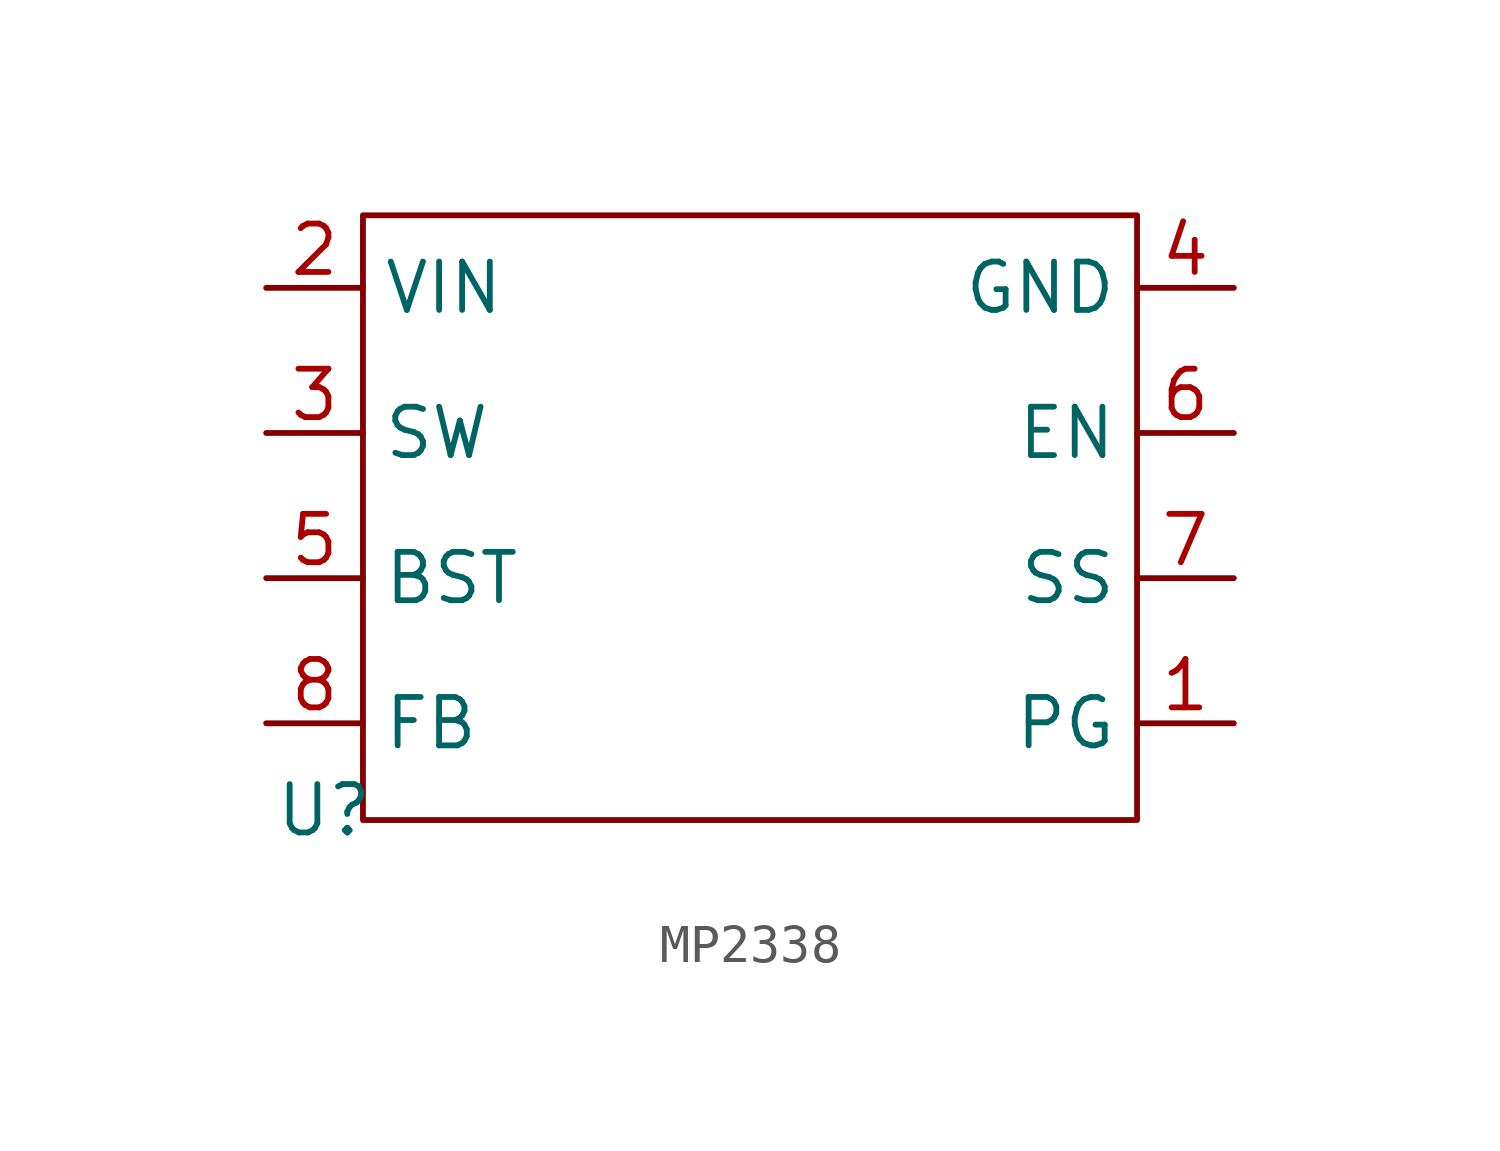
<source format=kicad_sym>
(kicad_symbol_lib
  (version 20241209)
  (generator "kicad_symbol_editor")
  (generator_version "9.0")
  (symbol "MP2338"
    (property "Reference" "U"
      (at -11.176 -6.096 0)
      (effects (font (size 1.27 1.27))))
    (property "Value" ""
      (at 0 0 0)
      (effects (font (size 1.27 1.27))))
    (symbol "MP2338_0_1"
      (rectangle (start -10.16 9.525) (end 10.16 -6.35) (stroke (width 0) (type default)) (fill (type none))))
    (symbol "MP2338_1_1"
      (pin power_in line (at -12.7 7.62 0) (length 2.54) (name "VIN" (effects (font (size 1.27 1.27)))) (number "2" (effects (font (size 1.27 1.27)))))
      (pin passive line (at -12.7 3.81 0) (length 2.54) (name "SW" (effects (font (size 1.27 1.27)))) (number "3" (effects (font (size 1.27 1.27)))))
      (pin passive line (at -12.7 0 0) (length 2.54) (name "BST" (effects (font (size 1.27 1.27)))) (number "5" (effects (font (size 1.27 1.27)))))
      (pin input line (at -12.7 -3.81 0) (length 2.54) (name "FB" (effects (font (size 1.27 1.27)))) (number "8" (effects (font (size 1.27 1.27)))))
      (pin power_in line (at 12.7 7.62 180) (length 2.54) (name "GND" (effects (font (size 1.27 1.27)))) (number "4" (effects (font (size 1.27 1.27)))))
      (pin input line (at 12.7 3.81 180) (length 2.54) (name "EN" (effects (font (size 1.27 1.27)))) (number "6" (effects (font (size 1.27 1.27)))))
      (pin passive line (at 12.7 0 180) (length 2.54) (name "SS" (effects (font (size 1.27 1.27)))) (number "7" (effects (font (size 1.27 1.27)))))
      (pin open_collector line (at 12.7 -3.81 180) (length 2.54) (name "PG" (effects (font (size 1.27 1.27)))) (number "1" (effects (font (size 1.27 1.27))))))))
</source>
